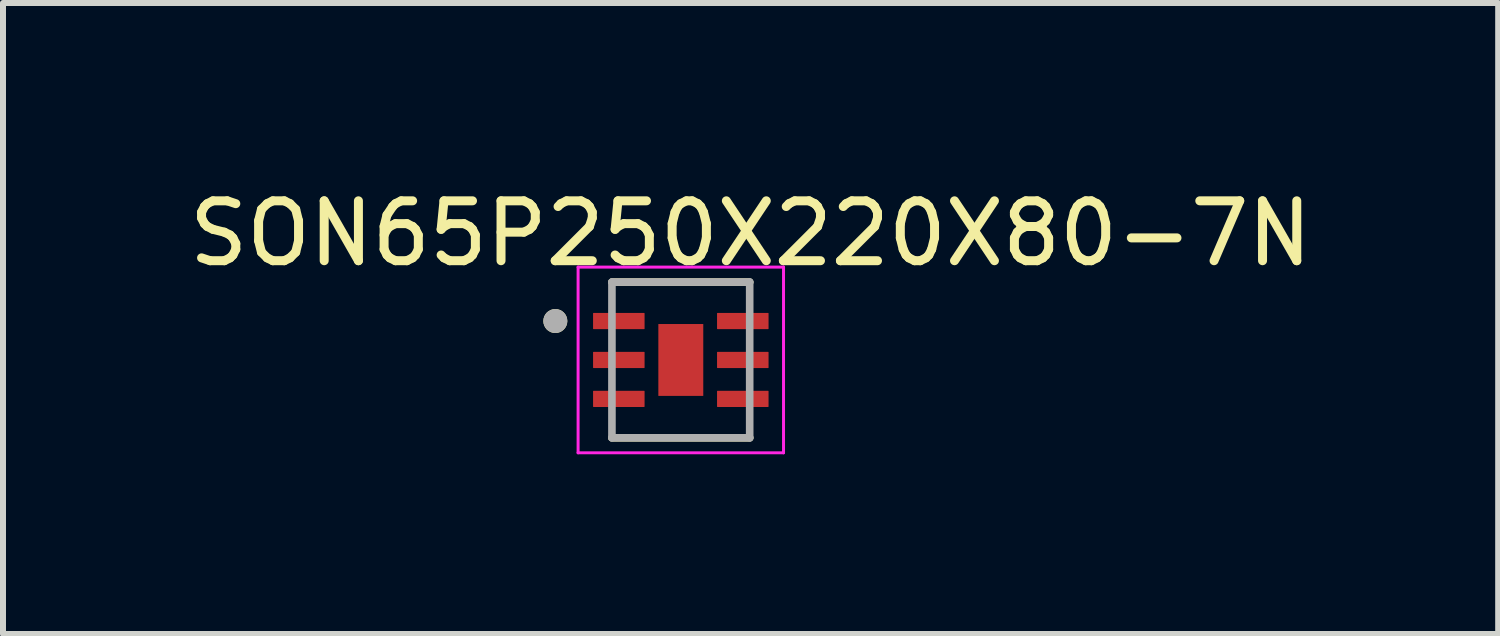
<source format=kicad_pcb>
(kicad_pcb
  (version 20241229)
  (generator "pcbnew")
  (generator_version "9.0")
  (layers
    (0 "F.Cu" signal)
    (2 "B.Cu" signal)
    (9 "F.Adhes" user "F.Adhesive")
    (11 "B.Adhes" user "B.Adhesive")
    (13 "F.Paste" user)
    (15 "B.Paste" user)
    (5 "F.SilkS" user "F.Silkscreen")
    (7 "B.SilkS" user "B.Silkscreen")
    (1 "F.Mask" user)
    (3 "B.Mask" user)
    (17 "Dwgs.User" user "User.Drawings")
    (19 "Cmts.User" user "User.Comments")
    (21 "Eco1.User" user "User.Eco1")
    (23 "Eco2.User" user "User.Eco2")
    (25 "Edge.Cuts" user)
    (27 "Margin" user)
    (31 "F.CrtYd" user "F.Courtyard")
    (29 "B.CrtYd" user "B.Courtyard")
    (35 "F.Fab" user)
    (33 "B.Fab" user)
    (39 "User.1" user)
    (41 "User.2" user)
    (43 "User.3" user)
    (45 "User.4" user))
  (footprint "SON65P250X220X80-7N"
    (layer "F.Cu")
    (at 8.317 2.96)
    (property "Reference" "SON65P250X220X80-7N" (at 1.165 -2.112 0) (layer "F.SilkS") (effects (font (size 1 1) (thickness 0.15))))
    (attr through_hole)
    (fp_line (start -1.15 -1.3) (end 1.15 -1.3) (stroke (width 0.127) (type solid)) (layer "F.SilkS"))
    (fp_line (start -1.15 1.3) (end 1.15 1.3) (stroke (width 0.127) (type solid)) (layer "F.SilkS"))
    (fp_circle (center -2.095 -0.65) (end -1.995 -0.65) (stroke (width 0.2) (type solid)) (fill no) (layer "F.SilkS"))
    (fp_poly (pts (xy -0.24 -0.38) (xy 0.24 -0.38) (xy 0.24 0.38) (xy -0.24 0.38)) (stroke (width 0.01) (type solid)) (fill yes) (layer "F.Paste"))
    (fp_line (start -1.715 -1.55) (end -1.715 1.55) (stroke (width 0.05) (type solid)) (layer "F.CrtYd"))
    (fp_line (start -1.715 -1.55) (end 1.715 -1.55) (stroke (width 0.05) (type solid)) (layer "F.CrtYd"))
    (fp_line (start -1.715 1.55) (end 1.715 1.55) (stroke (width 0.05) (type solid)) (layer "F.CrtYd"))
    (fp_line (start 1.715 -1.55) (end 1.715 1.55) (stroke (width 0.05) (type solid)) (layer "F.CrtYd"))
    (fp_line (start -1.15 -1.3) (end -1.15 1.3) (stroke (width 0.127) (type solid)) (layer "F.Fab"))
    (fp_line (start -1.15 -1.3) (end 1.15 -1.3) (stroke (width 0.127) (type solid)) (layer "F.Fab"))
    (fp_line (start -1.15 1.3) (end 1.15 1.3) (stroke (width 0.127) (type solid)) (layer "F.Fab"))
    (fp_line (start 1.15 -1.3) (end 1.15 1.3) (stroke (width 0.127) (type solid)) (layer "F.Fab"))
    (fp_circle (center -2.095 -0.65) (end -1.995 -0.65) (stroke (width 0.2) (type solid)) (fill no) (layer "F.Fab"))
    (pad "1" smd roundrect (at -1.035 -0.65) (size 0.86 0.27) (layers "F.Cu" "F.Mask" "F.Paste") (roundrect_rratio 0.03))
    (pad "2" smd roundrect (at -1.035 0) (size 0.86 0.27) (layers "F.Cu" "F.Mask" "F.Paste") (roundrect_rratio 0.03))
    (pad "3" smd roundrect (at -1.035 0.65) (size 0.86 0.27) (layers "F.Cu" "F.Mask" "F.Paste") (roundrect_rratio 0.03))
    (pad "4" smd roundrect (at 1.035 0.65) (size 0.86 0.27) (layers "F.Cu" "F.Mask" "F.Paste") (roundrect_rratio 0.03))
    (pad "5" smd roundrect (at 1.035 0) (size 0.86 0.27) (layers "F.Cu" "F.Mask" "F.Paste") (roundrect_rratio 0.03))
    (pad "6" smd roundrect (at 1.035 -0.65) (size 0.86 0.27) (layers "F.Cu" "F.Mask" "F.Paste") (roundrect_rratio 0.03))
    (pad "7" smd rect (at 0 0) (size 0.75 1.2) (layers "F.Cu" "F.Mask")))
  (gr_rect
    (start -3 -3)
    (end 21.964 7.535)
    (stroke (width 0.1) (type default))
    (fill no)
    (layer "Edge.Cuts")))
</source>
